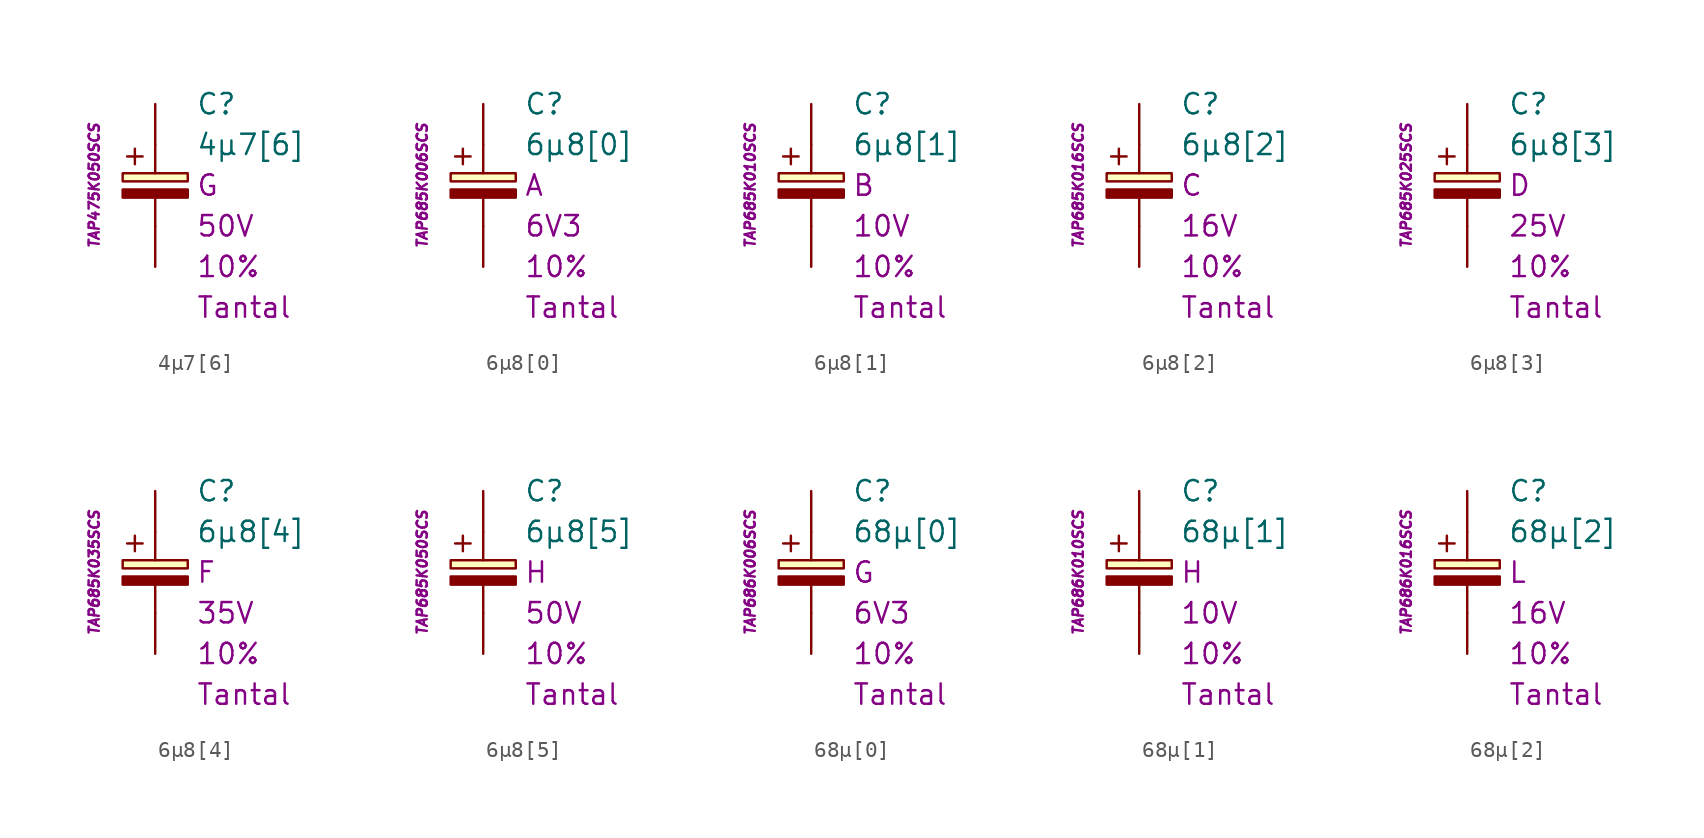
<source format=kicad_sym>
(kicad_symbol_lib
  (version 20201005)
  (generator kicad_symbol_editor)
  (symbol "4µ7[6]"
    (pin_numbers hide)
    (pin_names
      (offset 1.016) hide)
    (property "Reference" "C"
      (at 2.54 5.08 0)
      (effects (font (size 1.27 1.27)) (justify left)))
    (property "Value" "4µ7[6]"
      (at 2.54 2.54 0)
      (effects (font (size 1.27 1.27)) (justify left)))
    (property "Package" "G"
      (at 2.54 0 0)
      (effects (font (size 1.27 1.27)) (justify left)))
    (property "Voltage" "50V"
      (at 2.54 -2.54 0)
      (effects (font (size 1.27 1.27)) (justify left)))
    (property "Tolerance" "10%"
      (at 2.54 -5.08 0)
      (effects (font (size 1.27 1.27)) (justify left)))
    (property "Dielectric" "Tantal"
      (at 2.54 -7.62 0)
      (effects (font (size 1.27 1.27)) (justify left)))
    (property "MPN" "TAP475K050SCS"
      (at -3.81 0 90)
      (effects (font (size 0.635 0.635) italic)))
    (symbol "4µ7[6]_0_0"
      (text "+" (at -1.27 1.905 0) (effects (font (size 1.27 1.27)))))
    (symbol "4µ7[6]_0_1"
      (rectangle (start -2.032 -0.254) (end 2.032 -0.762) (stroke (width 0.152)) (fill (type outline)))
      (rectangle (start -2.032 0.254) (end 2.032 0.762) (stroke (width 0.152)) (fill (type background)))
      (polyline (pts (xy 0 -2.54) (xy 0 -0.762)) (stroke (width 0.152)) (fill (type none)))
      (polyline (pts (xy 0 0.762) (xy 0 2.54)) (stroke (width 0.152)) (fill (type none))))
    (symbol "4µ7[6]_1_1"
      (pin passive line (at 0 5.08 270) (length 2.54) (name "~" (effects (font (size 1.778 1.778)))) (number "1" (effects (font (size 1.778 1.778)))))
      (pin passive line (at 0 -5.08 90) (length 2.54) (name "~" (effects (font (size 1.778 1.778)))) (number "2" (effects (font (size 1.778 1.778)))))))
  (symbol "6µ8[0]"
    (pin_numbers hide)
    (pin_names
      (offset 1.016) hide)
    (property "Reference" "C"
      (at 2.54 5.08 0)
      (effects (font (size 1.27 1.27)) (justify left)))
    (property "Value" "6µ8[0]"
      (at 2.54 2.54 0)
      (effects (font (size 1.27 1.27)) (justify left)))
    (property "Package" "A"
      (at 2.54 0 0)
      (effects (font (size 1.27 1.27)) (justify left)))
    (property "Voltage" "6V3"
      (at 2.54 -2.54 0)
      (effects (font (size 1.27 1.27)) (justify left)))
    (property "Tolerance" "10%"
      (at 2.54 -5.08 0)
      (effects (font (size 1.27 1.27)) (justify left)))
    (property "Dielectric" "Tantal"
      (at 2.54 -7.62 0)
      (effects (font (size 1.27 1.27)) (justify left)))
    (property "MPN" "TAP685K006SCS"
      (at -3.81 0 90)
      (effects (font (size 0.635 0.635) italic)))
    (symbol "6µ8[0]_0_0"
      (text "+" (at -1.27 1.905 0) (effects (font (size 1.27 1.27)))))
    (symbol "6µ8[0]_0_1"
      (rectangle (start -2.032 -0.254) (end 2.032 -0.762) (stroke (width 0.152)) (fill (type outline)))
      (rectangle (start -2.032 0.254) (end 2.032 0.762) (stroke (width 0.152)) (fill (type background)))
      (polyline (pts (xy 0 -2.54) (xy 0 -0.762)) (stroke (width 0.152)) (fill (type none)))
      (polyline (pts (xy 0 0.762) (xy 0 2.54)) (stroke (width 0.152)) (fill (type none))))
    (symbol "6µ8[0]_1_1"
      (pin passive line (at 0 5.08 270) (length 2.54) (name "~" (effects (font (size 1.778 1.778)))) (number "1" (effects (font (size 1.778 1.778)))))
      (pin passive line (at 0 -5.08 90) (length 2.54) (name "~" (effects (font (size 1.778 1.778)))) (number "2" (effects (font (size 1.778 1.778)))))))
  (symbol "6µ8[1]"
    (pin_numbers hide)
    (pin_names
      (offset 1.016) hide)
    (property "Reference" "C"
      (at 2.54 5.08 0)
      (effects (font (size 1.27 1.27)) (justify left)))
    (property "Value" "6µ8[1]"
      (at 2.54 2.54 0)
      (effects (font (size 1.27 1.27)) (justify left)))
    (property "Package" "B"
      (at 2.54 0 0)
      (effects (font (size 1.27 1.27)) (justify left)))
    (property "Voltage" "10V"
      (at 2.54 -2.54 0)
      (effects (font (size 1.27 1.27)) (justify left)))
    (property "Tolerance" "10%"
      (at 2.54 -5.08 0)
      (effects (font (size 1.27 1.27)) (justify left)))
    (property "Dielectric" "Tantal"
      (at 2.54 -7.62 0)
      (effects (font (size 1.27 1.27)) (justify left)))
    (property "MPN" "TAP685K010SCS"
      (at -3.81 0 90)
      (effects (font (size 0.635 0.635) italic)))
    (symbol "6µ8[1]_0_0"
      (text "+" (at -1.27 1.905 0) (effects (font (size 1.27 1.27)))))
    (symbol "6µ8[1]_0_1"
      (rectangle (start -2.032 -0.254) (end 2.032 -0.762) (stroke (width 0.152)) (fill (type outline)))
      (rectangle (start -2.032 0.254) (end 2.032 0.762) (stroke (width 0.152)) (fill (type background)))
      (polyline (pts (xy 0 -2.54) (xy 0 -0.762)) (stroke (width 0.152)) (fill (type none)))
      (polyline (pts (xy 0 0.762) (xy 0 2.54)) (stroke (width 0.152)) (fill (type none))))
    (symbol "6µ8[1]_1_1"
      (pin passive line (at 0 5.08 270) (length 2.54) (name "~" (effects (font (size 1.778 1.778)))) (number "1" (effects (font (size 1.778 1.778)))))
      (pin passive line (at 0 -5.08 90) (length 2.54) (name "~" (effects (font (size 1.778 1.778)))) (number "2" (effects (font (size 1.778 1.778)))))))
  (symbol "6µ8[2]"
    (pin_numbers hide)
    (pin_names
      (offset 1.016) hide)
    (property "Reference" "C"
      (at 2.54 5.08 0)
      (effects (font (size 1.27 1.27)) (justify left)))
    (property "Value" "6µ8[2]"
      (at 2.54 2.54 0)
      (effects (font (size 1.27 1.27)) (justify left)))
    (property "Package" "C"
      (at 2.54 0 0)
      (effects (font (size 1.27 1.27)) (justify left)))
    (property "Voltage" "16V"
      (at 2.54 -2.54 0)
      (effects (font (size 1.27 1.27)) (justify left)))
    (property "Tolerance" "10%"
      (at 2.54 -5.08 0)
      (effects (font (size 1.27 1.27)) (justify left)))
    (property "Dielectric" "Tantal"
      (at 2.54 -7.62 0)
      (effects (font (size 1.27 1.27)) (justify left)))
    (property "MPN" "TAP685K016SCS"
      (at -3.81 0 90)
      (effects (font (size 0.635 0.635) italic)))
    (symbol "6µ8[2]_0_0"
      (text "+" (at -1.27 1.905 0) (effects (font (size 1.27 1.27)))))
    (symbol "6µ8[2]_0_1"
      (rectangle (start -2.032 -0.254) (end 2.032 -0.762) (stroke (width 0.152)) (fill (type outline)))
      (rectangle (start -2.032 0.254) (end 2.032 0.762) (stroke (width 0.152)) (fill (type background)))
      (polyline (pts (xy 0 -2.54) (xy 0 -0.762)) (stroke (width 0.152)) (fill (type none)))
      (polyline (pts (xy 0 0.762) (xy 0 2.54)) (stroke (width 0.152)) (fill (type none))))
    (symbol "6µ8[2]_1_1"
      (pin passive line (at 0 5.08 270) (length 2.54) (name "~" (effects (font (size 1.778 1.778)))) (number "1" (effects (font (size 1.778 1.778)))))
      (pin passive line (at 0 -5.08 90) (length 2.54) (name "~" (effects (font (size 1.778 1.778)))) (number "2" (effects (font (size 1.778 1.778)))))))
  (symbol "6µ8[3]"
    (pin_numbers hide)
    (pin_names
      (offset 1.016) hide)
    (property "Reference" "C"
      (at 2.54 5.08 0)
      (effects (font (size 1.27 1.27)) (justify left)))
    (property "Value" "6µ8[3]"
      (at 2.54 2.54 0)
      (effects (font (size 1.27 1.27)) (justify left)))
    (property "Package" "D"
      (at 2.54 0 0)
      (effects (font (size 1.27 1.27)) (justify left)))
    (property "Voltage" "25V"
      (at 2.54 -2.54 0)
      (effects (font (size 1.27 1.27)) (justify left)))
    (property "Tolerance" "10%"
      (at 2.54 -5.08 0)
      (effects (font (size 1.27 1.27)) (justify left)))
    (property "Dielectric" "Tantal"
      (at 2.54 -7.62 0)
      (effects (font (size 1.27 1.27)) (justify left)))
    (property "MPN" "TAP685K025SCS"
      (at -3.81 0 90)
      (effects (font (size 0.635 0.635) italic)))
    (symbol "6µ8[3]_0_0"
      (text "+" (at -1.27 1.905 0) (effects (font (size 1.27 1.27)))))
    (symbol "6µ8[3]_0_1"
      (rectangle (start -2.032 -0.254) (end 2.032 -0.762) (stroke (width 0.152)) (fill (type outline)))
      (rectangle (start -2.032 0.254) (end 2.032 0.762) (stroke (width 0.152)) (fill (type background)))
      (polyline (pts (xy 0 -2.54) (xy 0 -0.762)) (stroke (width 0.152)) (fill (type none)))
      (polyline (pts (xy 0 0.762) (xy 0 2.54)) (stroke (width 0.152)) (fill (type none))))
    (symbol "6µ8[3]_1_1"
      (pin passive line (at 0 5.08 270) (length 2.54) (name "~" (effects (font (size 1.778 1.778)))) (number "1" (effects (font (size 1.778 1.778)))))
      (pin passive line (at 0 -5.08 90) (length 2.54) (name "~" (effects (font (size 1.778 1.778)))) (number "2" (effects (font (size 1.778 1.778)))))))
  (symbol "6µ8[4]"
    (pin_numbers hide)
    (pin_names
      (offset 1.016) hide)
    (property "Reference" "C"
      (at 2.54 5.08 0)
      (effects (font (size 1.27 1.27)) (justify left)))
    (property "Value" "6µ8[4]"
      (at 2.54 2.54 0)
      (effects (font (size 1.27 1.27)) (justify left)))
    (property "Package" "F"
      (at 2.54 0 0)
      (effects (font (size 1.27 1.27)) (justify left)))
    (property "Voltage" "35V"
      (at 2.54 -2.54 0)
      (effects (font (size 1.27 1.27)) (justify left)))
    (property "Tolerance" "10%"
      (at 2.54 -5.08 0)
      (effects (font (size 1.27 1.27)) (justify left)))
    (property "Dielectric" "Tantal"
      (at 2.54 -7.62 0)
      (effects (font (size 1.27 1.27)) (justify left)))
    (property "MPN" "TAP685K035SCS"
      (at -3.81 0 90)
      (effects (font (size 0.635 0.635) italic)))
    (symbol "6µ8[4]_0_0"
      (text "+" (at -1.27 1.905 0) (effects (font (size 1.27 1.27)))))
    (symbol "6µ8[4]_0_1"
      (rectangle (start -2.032 -0.254) (end 2.032 -0.762) (stroke (width 0.152)) (fill (type outline)))
      (rectangle (start -2.032 0.254) (end 2.032 0.762) (stroke (width 0.152)) (fill (type background)))
      (polyline (pts (xy 0 -2.54) (xy 0 -0.762)) (stroke (width 0.152)) (fill (type none)))
      (polyline (pts (xy 0 0.762) (xy 0 2.54)) (stroke (width 0.152)) (fill (type none))))
    (symbol "6µ8[4]_1_1"
      (pin passive line (at 0 5.08 270) (length 2.54) (name "~" (effects (font (size 1.778 1.778)))) (number "1" (effects (font (size 1.778 1.778)))))
      (pin passive line (at 0 -5.08 90) (length 2.54) (name "~" (effects (font (size 1.778 1.778)))) (number "2" (effects (font (size 1.778 1.778)))))))
  (symbol "6µ8[5]"
    (pin_numbers hide)
    (pin_names
      (offset 1.016) hide)
    (property "Reference" "C"
      (at 2.54 5.08 0)
      (effects (font (size 1.27 1.27)) (justify left)))
    (property "Value" "6µ8[5]"
      (at 2.54 2.54 0)
      (effects (font (size 1.27 1.27)) (justify left)))
    (property "Package" "H"
      (at 2.54 0 0)
      (effects (font (size 1.27 1.27)) (justify left)))
    (property "Voltage" "50V"
      (at 2.54 -2.54 0)
      (effects (font (size 1.27 1.27)) (justify left)))
    (property "Tolerance" "10%"
      (at 2.54 -5.08 0)
      (effects (font (size 1.27 1.27)) (justify left)))
    (property "Dielectric" "Tantal"
      (at 2.54 -7.62 0)
      (effects (font (size 1.27 1.27)) (justify left)))
    (property "MPN" "TAP685K050SCS"
      (at -3.81 0 90)
      (effects (font (size 0.635 0.635) italic)))
    (symbol "6µ8[5]_0_0"
      (text "+" (at -1.27 1.905 0) (effects (font (size 1.27 1.27)))))
    (symbol "6µ8[5]_0_1"
      (rectangle (start -2.032 -0.254) (end 2.032 -0.762) (stroke (width 0.152)) (fill (type outline)))
      (rectangle (start -2.032 0.254) (end 2.032 0.762) (stroke (width 0.152)) (fill (type background)))
      (polyline (pts (xy 0 -2.54) (xy 0 -0.762)) (stroke (width 0.152)) (fill (type none)))
      (polyline (pts (xy 0 0.762) (xy 0 2.54)) (stroke (width 0.152)) (fill (type none))))
    (symbol "6µ8[5]_1_1"
      (pin passive line (at 0 5.08 270) (length 2.54) (name "~" (effects (font (size 1.778 1.778)))) (number "1" (effects (font (size 1.778 1.778)))))
      (pin passive line (at 0 -5.08 90) (length 2.54) (name "~" (effects (font (size 1.778 1.778)))) (number "2" (effects (font (size 1.778 1.778)))))))
  (symbol "68µ[0]"
    (pin_numbers hide)
    (pin_names
      (offset 1.016) hide)
    (property "Reference" "C"
      (at 2.54 5.08 0)
      (effects (font (size 1.27 1.27)) (justify left)))
    (property "Value" "68µ[0]"
      (at 2.54 2.54 0)
      (effects (font (size 1.27 1.27)) (justify left)))
    (property "Package" "G"
      (at 2.54 0 0)
      (effects (font (size 1.27 1.27)) (justify left)))
    (property "Voltage" "6V3"
      (at 2.54 -2.54 0)
      (effects (font (size 1.27 1.27)) (justify left)))
    (property "Tolerance" "10%"
      (at 2.54 -5.08 0)
      (effects (font (size 1.27 1.27)) (justify left)))
    (property "Dielectric" "Tantal"
      (at 2.54 -7.62 0)
      (effects (font (size 1.27 1.27)) (justify left)))
    (property "MPN" "TAP686K006SCS"
      (at -3.81 0 90)
      (effects (font (size 0.635 0.635) italic)))
    (symbol "68µ[0]_0_0"
      (text "+" (at -1.27 1.905 0) (effects (font (size 1.27 1.27)))))
    (symbol "68µ[0]_0_1"
      (rectangle (start -2.032 -0.254) (end 2.032 -0.762) (stroke (width 0.152)) (fill (type outline)))
      (rectangle (start -2.032 0.254) (end 2.032 0.762) (stroke (width 0.152)) (fill (type background)))
      (polyline (pts (xy 0 -2.54) (xy 0 -0.762)) (stroke (width 0.152)) (fill (type none)))
      (polyline (pts (xy 0 0.762) (xy 0 2.54)) (stroke (width 0.152)) (fill (type none))))
    (symbol "68µ[0]_1_1"
      (pin passive line (at 0 5.08 270) (length 2.54) (name "~" (effects (font (size 1.778 1.778)))) (number "1" (effects (font (size 1.778 1.778)))))
      (pin passive line (at 0 -5.08 90) (length 2.54) (name "~" (effects (font (size 1.778 1.778)))) (number "2" (effects (font (size 1.778 1.778)))))))
  (symbol "68µ[1]"
    (pin_numbers hide)
    (pin_names
      (offset 1.016) hide)
    (property "Reference" "C"
      (at 2.54 5.08 0)
      (effects (font (size 1.27 1.27)) (justify left)))
    (property "Value" "68µ[1]"
      (at 2.54 2.54 0)
      (effects (font (size 1.27 1.27)) (justify left)))
    (property "Package" "H"
      (at 2.54 0 0)
      (effects (font (size 1.27 1.27)) (justify left)))
    (property "Voltage" "10V"
      (at 2.54 -2.54 0)
      (effects (font (size 1.27 1.27)) (justify left)))
    (property "Tolerance" "10%"
      (at 2.54 -5.08 0)
      (effects (font (size 1.27 1.27)) (justify left)))
    (property "Dielectric" "Tantal"
      (at 2.54 -7.62 0)
      (effects (font (size 1.27 1.27)) (justify left)))
    (property "MPN" "TAP686K010SCS"
      (at -3.81 0 90)
      (effects (font (size 0.635 0.635) italic)))
    (symbol "68µ[1]_0_0"
      (text "+" (at -1.27 1.905 0) (effects (font (size 1.27 1.27)))))
    (symbol "68µ[1]_0_1"
      (rectangle (start -2.032 -0.254) (end 2.032 -0.762) (stroke (width 0.152)) (fill (type outline)))
      (rectangle (start -2.032 0.254) (end 2.032 0.762) (stroke (width 0.152)) (fill (type background)))
      (polyline (pts (xy 0 -2.54) (xy 0 -0.762)) (stroke (width 0.152)) (fill (type none)))
      (polyline (pts (xy 0 0.762) (xy 0 2.54)) (stroke (width 0.152)) (fill (type none))))
    (symbol "68µ[1]_1_1"
      (pin passive line (at 0 5.08 270) (length 2.54) (name "~" (effects (font (size 1.778 1.778)))) (number "1" (effects (font (size 1.778 1.778)))))
      (pin passive line (at 0 -5.08 90) (length 2.54) (name "~" (effects (font (size 1.778 1.778)))) (number "2" (effects (font (size 1.778 1.778)))))))
  (symbol "68µ[2]"
    (pin_numbers hide)
    (pin_names
      (offset 1.016) hide)
    (property "Reference" "C"
      (at 2.54 5.08 0)
      (effects (font (size 1.27 1.27)) (justify left)))
    (property "Value" "68µ[2]"
      (at 2.54 2.54 0)
      (effects (font (size 1.27 1.27)) (justify left)))
    (property "Package" "L"
      (at 2.54 0 0)
      (effects (font (size 1.27 1.27)) (justify left)))
    (property "Voltage" "16V"
      (at 2.54 -2.54 0)
      (effects (font (size 1.27 1.27)) (justify left)))
    (property "Tolerance" "10%"
      (at 2.54 -5.08 0)
      (effects (font (size 1.27 1.27)) (justify left)))
    (property "Dielectric" "Tantal"
      (at 2.54 -7.62 0)
      (effects (font (size 1.27 1.27)) (justify left)))
    (property "MPN" "TAP686K016SCS"
      (at -3.81 0 90)
      (effects (font (size 0.635 0.635) italic)))
    (symbol "68µ[2]_0_0"
      (text "+" (at -1.27 1.905 0) (effects (font (size 1.27 1.27)))))
    (symbol "68µ[2]_0_1"
      (rectangle (start -2.032 -0.254) (end 2.032 -0.762) (stroke (width 0.152)) (fill (type outline)))
      (rectangle (start -2.032 0.254) (end 2.032 0.762) (stroke (width 0.152)) (fill (type background)))
      (polyline (pts (xy 0 -2.54) (xy 0 -0.762)) (stroke (width 0.152)) (fill (type none)))
      (polyline (pts (xy 0 0.762) (xy 0 2.54)) (stroke (width 0.152)) (fill (type none))))
    (symbol "68µ[2]_1_1"
      (pin passive line (at 0 5.08 270) (length 2.54) (name "~" (effects (font (size 1.778 1.778)))) (number "1" (effects (font (size 1.778 1.778)))))
      (pin passive line (at 0 -5.08 90) (length 2.54) (name "~" (effects (font (size 1.778 1.778)))) (number "2" (effects (font (size 1.778 1.778))))))))
</source>
